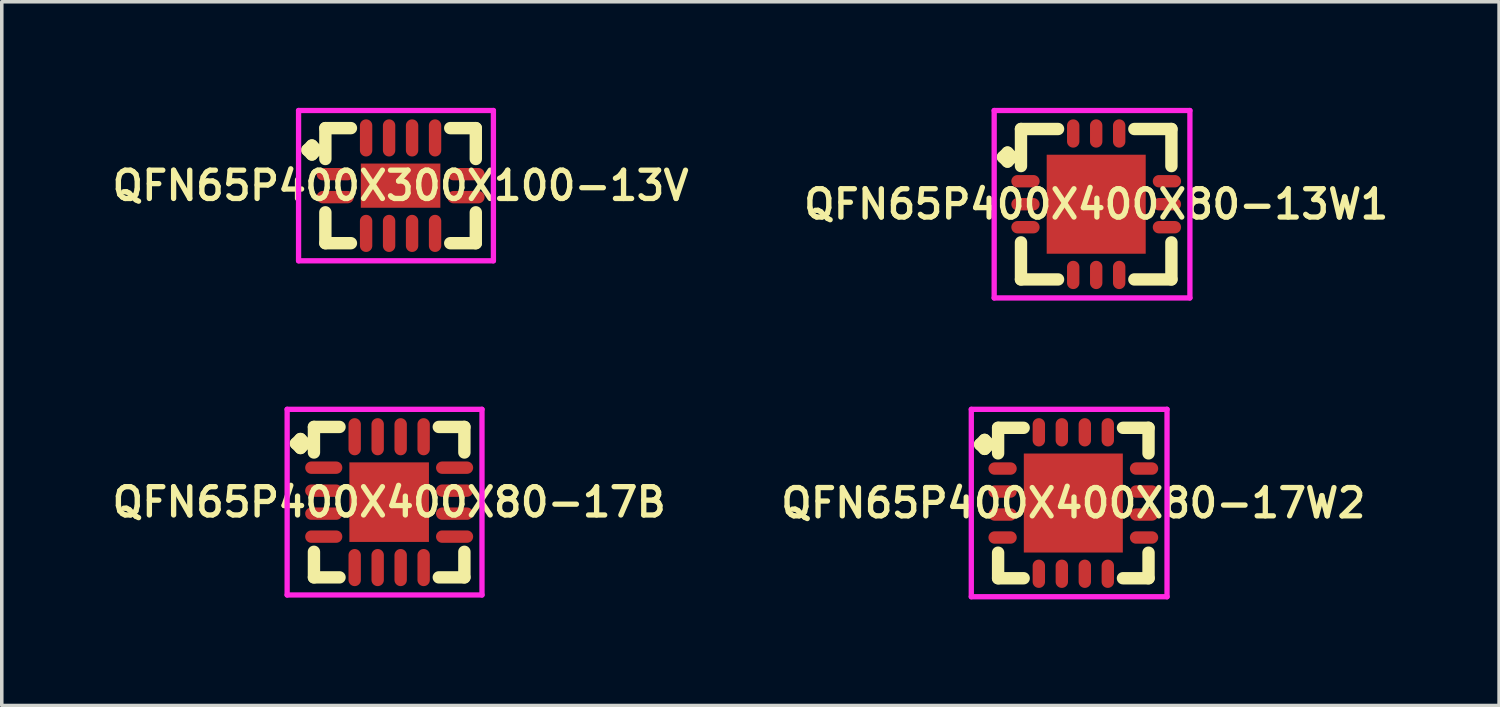
<source format=kicad_pcb>
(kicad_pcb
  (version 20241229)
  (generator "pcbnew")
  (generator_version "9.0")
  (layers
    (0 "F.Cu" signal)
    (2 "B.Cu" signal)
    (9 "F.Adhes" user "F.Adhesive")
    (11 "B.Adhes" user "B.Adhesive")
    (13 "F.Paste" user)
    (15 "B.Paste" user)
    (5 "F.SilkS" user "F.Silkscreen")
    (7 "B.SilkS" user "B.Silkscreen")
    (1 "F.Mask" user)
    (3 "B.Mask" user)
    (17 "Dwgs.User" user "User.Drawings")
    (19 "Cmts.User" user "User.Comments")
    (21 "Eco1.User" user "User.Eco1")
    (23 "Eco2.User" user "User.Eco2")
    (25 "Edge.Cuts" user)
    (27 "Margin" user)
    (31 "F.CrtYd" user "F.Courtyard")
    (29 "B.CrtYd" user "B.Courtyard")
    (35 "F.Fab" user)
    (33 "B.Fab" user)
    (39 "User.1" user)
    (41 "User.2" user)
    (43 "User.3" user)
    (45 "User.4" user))
  (footprint "QFN65P400X400X80-13W1"
    (layer "F.Cu")
    (at 27.949 2.725)
    (property "Reference" "QFN65P400X400X80-13W1" (at 0 0 0) (layer "F.SilkS") (effects (font (size 0.8 0.8) (thickness 0.15))))
    (attr smd)
    (fp_line (start -2.635 -1.333) (end -2.508 -1.46) (stroke (width 0.35) (type solid)) (layer "F.SilkS"))
    (fp_line (start -2.508 -1.46) (end -2.381 -1.333) (stroke (width 0.35) (type solid)) (layer "F.SilkS"))
    (fp_line (start -2.508 -1.206) (end -2.635 -1.333) (stroke (width 0.35) (type solid)) (layer "F.SilkS"))
    (fp_line (start -2.381 -1.333) (end -2.508 -1.206) (stroke (width 0.35) (type solid)) (layer "F.SilkS"))
    (fp_line (start -2.127 -2.127) (end -1.079 -2.127) (stroke (width 0.35) (type solid)) (layer "F.SilkS"))
    (fp_line (start -2.127 -1.079) (end -2.127 -2.127) (stroke (width 0.35) (type solid)) (layer "F.SilkS"))
    (fp_line (start -2.127 1.079) (end -2.127 2.127) (stroke (width 0.35) (type solid)) (layer "F.SilkS"))
    (fp_line (start -2.127 2.127) (end -1.079 2.127) (stroke (width 0.35) (type solid)) (layer "F.SilkS"))
    (fp_line (start 1.079 -2.127) (end 2.127 -2.127) (stroke (width 0.35) (type solid)) (layer "F.SilkS"))
    (fp_line (start 1.079 2.127) (end 2.127 2.127) (stroke (width 0.35) (type solid)) (layer "F.SilkS"))
    (fp_line (start 2.127 -2.127) (end 2.127 -1.079) (stroke (width 0.35) (type solid)) (layer "F.SilkS"))
    (fp_line (start 2.127 2.127) (end 2.127 1.079) (stroke (width 0.35) (type solid)) (layer "F.SilkS"))
    (fp_line (start -2.885 -2.65) (end 2.65 -2.65) (stroke (width 0.15) (type solid)) (layer "F.CrtYd"))
    (fp_line (start -2.885 2.65) (end -2.885 -2.65) (stroke (width 0.15) (type solid)) (layer "F.CrtYd"))
    (fp_line (start 2.65 -2.65) (end 2.65 2.65) (stroke (width 0.15) (type solid)) (layer "F.CrtYd"))
    (fp_line (start 2.65 2.65) (end -2.885 2.65) (stroke (width 0.15) (type solid)) (layer "F.CrtYd"))
    (pad "1" smd oval (at -2 -0.65) (size 0.8 0.35) (layers "F.Cu" "F.Mask" "F.Paste"))
    (pad "2" smd oval (at -2 0) (size 0.8 0.35) (layers "F.Cu" "F.Mask" "F.Paste"))
    (pad "3" smd oval (at -2 0.65) (size 0.8 0.35) (layers "F.Cu" "F.Mask" "F.Paste"))
    (pad "4" smd oval (at -0.65 2) (size 0.35 0.8) (layers "F.Cu" "F.Mask" "F.Paste"))
    (pad "5" smd oval (at 0 2) (size 0.35 0.8) (layers "F.Cu" "F.Mask" "F.Paste"))
    (pad "6" smd oval (at 0.65 2) (size 0.35 0.8) (layers "F.Cu" "F.Mask" "F.Paste"))
    (pad "7" smd oval (at 2 0.65) (size 0.8 0.35) (layers "F.Cu" "F.Mask" "F.Paste"))
    (pad "8" smd oval (at 2 0) (size 0.8 0.35) (layers "F.Cu" "F.Mask" "F.Paste"))
    (pad "9" smd oval (at 2 -0.65) (size 0.8 0.35) (layers "F.Cu" "F.Mask" "F.Paste"))
    (pad "10" smd oval (at 0.65 -2) (size 0.35 0.8) (layers "F.Cu" "F.Mask" "F.Paste"))
    (pad "11" smd oval (at 0 -2) (size 0.35 0.8) (layers "F.Cu" "F.Mask" "F.Paste"))
    (pad "12" smd oval (at -0.65 -2) (size 0.35 0.8) (layers "F.Cu" "F.Mask" "F.Paste"))
    (pad "13" smd rect (at 0 0) (size 2.8 2.8) (layers "F.Cu" "F.Mask" "F.Paste")))
  (footprint "QFN65P400X300X100-13V"
    (layer "F.Cu")
    (at 8.278 2.2)
    (property "Reference" "QFN65P400X300X100-13V" (at 0 0 0) (layer "F.SilkS") (effects (font (size 0.8 0.8) (thickness 0.15))))
    (attr smd)
    (fp_line (start -2.635 -1.008) (end -2.508 -1.135) (stroke (width 0.35) (type solid)) (layer "F.SilkS"))
    (fp_line (start -2.508 -1.135) (end -2.381 -1.008) (stroke (width 0.35) (type solid)) (layer "F.SilkS"))
    (fp_line (start -2.508 -0.881) (end -2.635 -1.008) (stroke (width 0.35) (type solid)) (layer "F.SilkS"))
    (fp_line (start -2.381 -1.008) (end -2.508 -0.881) (stroke (width 0.35) (type solid)) (layer "F.SilkS"))
    (fp_line (start -2.127 -1.627) (end -1.404 -1.627) (stroke (width 0.35) (type solid)) (layer "F.SilkS"))
    (fp_line (start -2.127 -0.754) (end -2.127 -1.627) (stroke (width 0.35) (type solid)) (layer "F.SilkS"))
    (fp_line (start -2.127 0.754) (end -2.127 1.627) (stroke (width 0.35) (type solid)) (layer "F.SilkS"))
    (fp_line (start -2.127 1.627) (end -1.404 1.627) (stroke (width 0.35) (type solid)) (layer "F.SilkS"))
    (fp_line (start 1.404 -1.627) (end 2.127 -1.627) (stroke (width 0.35) (type solid)) (layer "F.SilkS"))
    (fp_line (start 1.404 1.627) (end 2.127 1.627) (stroke (width 0.35) (type solid)) (layer "F.SilkS"))
    (fp_line (start 2.127 -1.627) (end 2.127 -0.754) (stroke (width 0.35) (type solid)) (layer "F.SilkS"))
    (fp_line (start 2.127 1.627) (end 2.127 0.754) (stroke (width 0.35) (type solid)) (layer "F.SilkS"))
    (fp_line (start -2.885 -2.125) (end 2.625 -2.125) (stroke (width 0.15) (type solid)) (layer "F.CrtYd"))
    (fp_line (start -2.885 2.125) (end -2.885 -2.125) (stroke (width 0.15) (type solid)) (layer "F.CrtYd"))
    (fp_line (start 2.625 -2.125) (end 2.625 2.125) (stroke (width 0.15) (type solid)) (layer "F.CrtYd"))
    (fp_line (start 2.625 2.125) (end -2.885 2.125) (stroke (width 0.15) (type solid)) (layer "F.CrtYd"))
    (pad "1" smd oval (at -1.85 -0.325) (size 1.05 0.35) (layers "F.Cu" "F.Mask" "F.Paste"))
    (pad "2" smd oval (at -1.85 0.325) (size 1.05 0.35) (layers "F.Cu" "F.Mask" "F.Paste"))
    (pad "3" smd oval (at -0.975 1.35) (size 0.35 1.05) (layers "F.Cu" "F.Mask" "F.Paste"))
    (pad "4" smd oval (at -0.325 1.35) (size 0.35 1.05) (layers "F.Cu" "F.Mask" "F.Paste"))
    (pad "5" smd oval (at 0.325 1.35) (size 0.35 1.05) (layers "F.Cu" "F.Mask" "F.Paste"))
    (pad "6" smd oval (at 0.975 1.35) (size 0.35 1.05) (layers "F.Cu" "F.Mask" "F.Paste"))
    (pad "7" smd oval (at 1.85 0.325) (size 1.05 0.35) (layers "F.Cu" "F.Mask" "F.Paste"))
    (pad "8" smd oval (at 1.85 -0.325) (size 1.05 0.35) (layers "F.Cu" "F.Mask" "F.Paste"))
    (pad "9" smd oval (at 0.975 -1.35) (size 0.35 1.05) (layers "F.Cu" "F.Mask" "F.Paste"))
    (pad "10" smd oval (at 0.325 -1.35) (size 0.35 1.05) (layers "F.Cu" "F.Mask" "F.Paste"))
    (pad "11" smd oval (at -0.325 -1.35) (size 0.35 1.05) (layers "F.Cu" "F.Mask" "F.Paste"))
    (pad "12" smd oval (at -0.975 -1.35) (size 0.35 1.05) (layers "F.Cu" "F.Mask" "F.Paste"))
    (pad "13" smd rect (at 0 0) (size 2.25 1.25) (layers "F.Cu" "F.Mask" "F.Paste")))
  (footprint "QFN65P400X400X80-17B"
    (layer "F.Cu")
    (at 7.955 11.15)
    (property "Reference" "QFN65P400X400X80-17B" (at 0 0 0) (layer "F.SilkS") (effects (font (size 0.8 0.8) (thickness 0.15))))
    (attr smd)
    (fp_line (start -2.635 -1.658) (end -2.508 -1.785) (stroke (width 0.35) (type solid)) (layer "F.SilkS"))
    (fp_line (start -2.508 -1.785) (end -2.381 -1.658) (stroke (width 0.35) (type solid)) (layer "F.SilkS"))
    (fp_line (start -2.508 -1.531) (end -2.635 -1.658) (stroke (width 0.35) (type solid)) (layer "F.SilkS"))
    (fp_line (start -2.381 -1.658) (end -2.508 -1.531) (stroke (width 0.35) (type solid)) (layer "F.SilkS"))
    (fp_line (start -2.127 -2.127) (end -1.404 -2.127) (stroke (width 0.35) (type solid)) (layer "F.SilkS"))
    (fp_line (start -2.127 -1.404) (end -2.127 -2.127) (stroke (width 0.35) (type solid)) (layer "F.SilkS"))
    (fp_line (start -2.127 1.404) (end -2.127 2.127) (stroke (width 0.35) (type solid)) (layer "F.SilkS"))
    (fp_line (start -2.127 2.127) (end -1.404 2.127) (stroke (width 0.35) (type solid)) (layer "F.SilkS"))
    (fp_line (start 1.404 -2.127) (end 2.127 -2.127) (stroke (width 0.35) (type solid)) (layer "F.SilkS"))
    (fp_line (start 1.404 2.127) (end 2.127 2.127) (stroke (width 0.35) (type solid)) (layer "F.SilkS"))
    (fp_line (start 2.127 -2.127) (end 2.127 -1.404) (stroke (width 0.35) (type solid)) (layer "F.SilkS"))
    (fp_line (start 2.127 2.127) (end 2.127 1.404) (stroke (width 0.35) (type solid)) (layer "F.SilkS"))
    (fp_line (start -2.885 -2.625) (end 2.625 -2.625) (stroke (width 0.15) (type solid)) (layer "F.CrtYd"))
    (fp_line (start -2.885 2.625) (end -2.885 -2.625) (stroke (width 0.15) (type solid)) (layer "F.CrtYd"))
    (fp_line (start 2.625 -2.625) (end 2.625 2.625) (stroke (width 0.15) (type solid)) (layer "F.CrtYd"))
    (fp_line (start 2.625 2.625) (end -2.885 2.625) (stroke (width 0.15) (type solid)) (layer "F.CrtYd"))
    (pad "1" smd oval (at -1.85 -0.975) (size 1.05 0.35) (layers "F.Cu" "F.Mask" "F.Paste"))
    (pad "2" smd oval (at -1.85 -0.325) (size 1.05 0.35) (layers "F.Cu" "F.Mask" "F.Paste"))
    (pad "3" smd oval (at -1.85 0.325) (size 1.05 0.35) (layers "F.Cu" "F.Mask" "F.Paste"))
    (pad "4" smd oval (at -1.85 0.975) (size 1.05 0.35) (layers "F.Cu" "F.Mask" "F.Paste"))
    (pad "5" smd oval (at -0.975 1.85) (size 0.35 1.05) (layers "F.Cu" "F.Mask" "F.Paste"))
    (pad "6" smd oval (at -0.325 1.85) (size 0.35 1.05) (layers "F.Cu" "F.Mask" "F.Paste"))
    (pad "7" smd oval (at 0.325 1.85) (size 0.35 1.05) (layers "F.Cu" "F.Mask" "F.Paste"))
    (pad "8" smd oval (at 0.975 1.85) (size 0.35 1.05) (layers "F.Cu" "F.Mask" "F.Paste"))
    (pad "9" smd oval (at 1.85 0.975) (size 1.05 0.35) (layers "F.Cu" "F.Mask" "F.Paste"))
    (pad "10" smd oval (at 1.85 0.325) (size 1.05 0.35) (layers "F.Cu" "F.Mask" "F.Paste"))
    (pad "11" smd oval (at 1.85 -0.325) (size 1.05 0.35) (layers "F.Cu" "F.Mask" "F.Paste"))
    (pad "12" smd oval (at 1.85 -0.975) (size 1.05 0.35) (layers "F.Cu" "F.Mask" "F.Paste"))
    (pad "13" smd oval (at 0.975 -1.85) (size 0.35 1.05) (layers "F.Cu" "F.Mask" "F.Paste"))
    (pad "14" smd oval (at 0.325 -1.85) (size 0.35 1.05) (layers "F.Cu" "F.Mask" "F.Paste"))
    (pad "15" smd oval (at -0.325 -1.85) (size 0.35 1.05) (layers "F.Cu" "F.Mask" "F.Paste"))
    (pad "16" smd oval (at -0.975 -1.85) (size 0.35 1.05) (layers "F.Cu" "F.Mask" "F.Paste"))
    (pad "17" smd rect (at 0 0) (size 2.25 2.25) (layers "F.Cu" "F.Mask" "F.Paste")))
  (footprint "QFN65P400X400X80-17W2"
    (layer "F.Cu")
    (at 27.302 11.175)
    (property "Reference" "QFN65P400X400X80-17W2" (at 0 0 0) (layer "F.SilkS") (effects (font (size 0.8 0.8) (thickness 0.15))))
    (attr smd)
    (fp_line (start -2.635 -1.658) (end -2.508 -1.785) (stroke (width 0.35) (type solid)) (layer "F.SilkS"))
    (fp_line (start -2.508 -1.785) (end -2.381 -1.658) (stroke (width 0.35) (type solid)) (layer "F.SilkS"))
    (fp_line (start -2.508 -1.531) (end -2.635 -1.658) (stroke (width 0.35) (type solid)) (layer "F.SilkS"))
    (fp_line (start -2.381 -1.658) (end -2.508 -1.531) (stroke (width 0.35) (type solid)) (layer "F.SilkS"))
    (fp_line (start -2.127 -2.127) (end -1.404 -2.127) (stroke (width 0.35) (type solid)) (layer "F.SilkS"))
    (fp_line (start -2.127 -1.404) (end -2.127 -2.127) (stroke (width 0.35) (type solid)) (layer "F.SilkS"))
    (fp_line (start -2.127 1.404) (end -2.127 2.127) (stroke (width 0.35) (type solid)) (layer "F.SilkS"))
    (fp_line (start -2.127 2.127) (end -1.404 2.127) (stroke (width 0.35) (type solid)) (layer "F.SilkS"))
    (fp_line (start 1.404 -2.127) (end 2.127 -2.127) (stroke (width 0.35) (type solid)) (layer "F.SilkS"))
    (fp_line (start 1.404 2.127) (end 2.127 2.127) (stroke (width 0.35) (type solid)) (layer "F.SilkS"))
    (fp_line (start 2.127 -2.127) (end 2.127 -1.404) (stroke (width 0.35) (type solid)) (layer "F.SilkS"))
    (fp_line (start 2.127 2.127) (end 2.127 1.404) (stroke (width 0.35) (type solid)) (layer "F.SilkS"))
    (fp_line (start -2.885 -2.65) (end 2.65 -2.65) (stroke (width 0.15) (type solid)) (layer "F.CrtYd"))
    (fp_line (start -2.885 2.65) (end -2.885 -2.65) (stroke (width 0.15) (type solid)) (layer "F.CrtYd"))
    (fp_line (start 2.65 -2.65) (end 2.65 2.65) (stroke (width 0.15) (type solid)) (layer "F.CrtYd"))
    (fp_line (start 2.65 2.65) (end -2.885 2.65) (stroke (width 0.15) (type solid)) (layer "F.CrtYd"))
    (pad "1" smd oval (at -2 -0.975) (size 0.8 0.35) (layers "F.Cu" "F.Mask" "F.Paste"))
    (pad "2" smd oval (at -2 -0.325) (size 0.8 0.35) (layers "F.Cu" "F.Mask" "F.Paste"))
    (pad "3" smd oval (at -2 0.325) (size 0.8 0.35) (layers "F.Cu" "F.Mask" "F.Paste"))
    (pad "4" smd oval (at -2 0.975) (size 0.8 0.35) (layers "F.Cu" "F.Mask" "F.Paste"))
    (pad "5" smd oval (at -0.975 2) (size 0.35 0.8) (layers "F.Cu" "F.Mask" "F.Paste"))
    (pad "6" smd oval (at -0.325 2) (size 0.35 0.8) (layers "F.Cu" "F.Mask" "F.Paste"))
    (pad "7" smd oval (at 0.325 2) (size 0.35 0.8) (layers "F.Cu" "F.Mask" "F.Paste"))
    (pad "8" smd oval (at 0.975 2) (size 0.35 0.8) (layers "F.Cu" "F.Mask" "F.Paste"))
    (pad "9" smd oval (at 2 0.975) (size 0.8 0.35) (layers "F.Cu" "F.Mask" "F.Paste"))
    (pad "10" smd oval (at 2 0.325) (size 0.8 0.35) (layers "F.Cu" "F.Mask" "F.Paste"))
    (pad "11" smd oval (at 2 -0.325) (size 0.8 0.35) (layers "F.Cu" "F.Mask" "F.Paste"))
    (pad "12" smd oval (at 2 -0.975) (size 0.8 0.35) (layers "F.Cu" "F.Mask" "F.Paste"))
    (pad "13" smd oval (at 0.975 -2) (size 0.35 0.8) (layers "F.Cu" "F.Mask" "F.Paste"))
    (pad "14" smd oval (at 0.325 -2) (size 0.35 0.8) (layers "F.Cu" "F.Mask" "F.Paste"))
    (pad "15" smd oval (at -0.325 -2) (size 0.35 0.8) (layers "F.Cu" "F.Mask" "F.Paste"))
    (pad "16" smd oval (at -0.975 -2) (size 0.35 0.8) (layers "F.Cu" "F.Mask" "F.Paste"))
    (pad "17" smd rect (at 0 0) (size 2.8 2.8) (layers "F.Cu" "F.Mask" "F.Paste")))
  (gr_rect
    (start -3 -3)
    (end 39.342 16.9)
    (stroke (width 0.1) (type default))
    (fill no)
    (layer "Edge.Cuts")))
</source>
